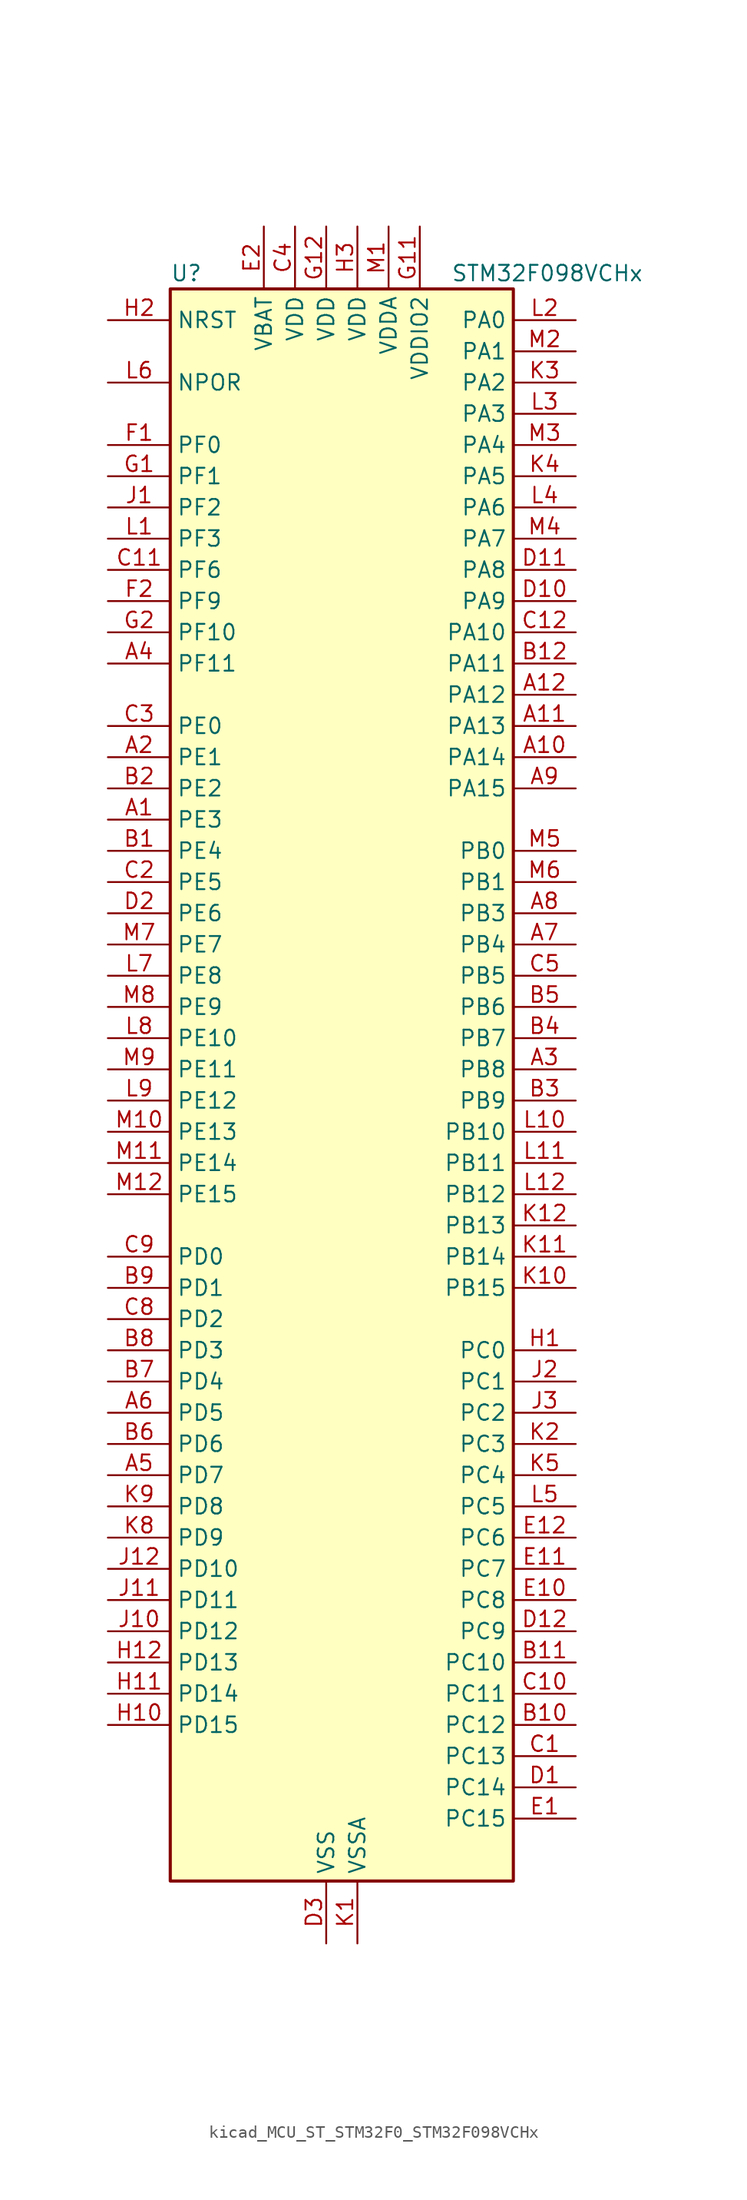
<source format=kicad_sym>
(kicad_symbol_lib
  (version 20220914)
  (generator kicad_symbol_editor)
  (symbol "kicad_MCU_ST_STM32F0_STM32F098VCHx"
    (property "Reference" "U"
      (at -12.7 67.31 0)
      (effects (font (size 1.27 1.27)) (justify left)))
    (property "Value" "STM32F098VCHx"
      (at 10.16 67.31 0)
      (effects (font (size 1.27 1.27)) (justify left)))
    (property "ki_locked" ""
      (at 0 0 0)
      (effects (font (size 1.27 1.27))))
    (symbol "kicad_MCU_ST_STM32F0_STM32F098VCHx_0_1"
      (rectangle (start -12.7 -63.5) (end 15.24 66.04) (stroke (width 0.254) (type default)) (fill (type background))))
    (symbol "kicad_MCU_ST_STM32F0_STM32F098VCHx_1_1"
      (pin bidirectional line (at -17.78 22.86 0) (length 5.08) (name "PE3" (effects (font (size 1.27 1.27)))) (number "A1" (effects (font (size 1.27 1.27)))) (alternate "TIM3_CH1" bidirectional line) (alternate "TSC_G7_IO2" bidirectional line))
      (pin bidirectional line (at 20.32 27.94 180) (length 5.08) (name "PA14" (effects (font (size 1.27 1.27)))) (number "A10" (effects (font (size 1.27 1.27)))) (alternate "SYS_SWCLK" bidirectional line) (alternate "USART2_TX" bidirectional line))
      (pin bidirectional line (at 20.32 30.48 180) (length 5.08) (name "PA13" (effects (font (size 1.27 1.27)))) (number "A11" (effects (font (size 1.27 1.27)))) (alternate "IR_OUT" bidirectional line) (alternate "SYS_SWDIO" bidirectional line))
      (pin bidirectional line (at 20.32 33.02 180) (length 5.08) (name "PA12" (effects (font (size 1.27 1.27)))) (number "A12" (effects (font (size 1.27 1.27)))) (alternate "CAN_TX" bidirectional line) (alternate "COMP2_OUT" bidirectional line) (alternate "I2C2_SDA" bidirectional line) (alternate "TIM1_ETR" bidirectional line) (alternate "TSC_G4_IO4" bidirectional line) (alternate "USART1_DE" bidirectional line) (alternate "USART1_RTS" bidirectional line))
      (pin bidirectional line (at -17.78 27.94 0) (length 5.08) (name "PE1" (effects (font (size 1.27 1.27)))) (number "A2" (effects (font (size 1.27 1.27)))) (alternate "TIM17_CH1" bidirectional line))
      (pin bidirectional line (at 20.32 2.54 180) (length 5.08) (name "PB8" (effects (font (size 1.27 1.27)))) (number "A3" (effects (font (size 1.27 1.27)))) (alternate "CAN_RX" bidirectional line) (alternate "CEC" bidirectional line) (alternate "I2C1_SCL" bidirectional line) (alternate "TIM16_CH1" bidirectional line) (alternate "TSC_SYNC" bidirectional line))
      (pin bidirectional line (at -17.78 35.56 0) (length 5.08) (name "PF11" (effects (font (size 1.27 1.27)))) (number "A4" (effects (font (size 1.27 1.27)))))
      (pin bidirectional line (at -17.78 -30.48 0) (length 5.08) (name "PD7" (effects (font (size 1.27 1.27)))) (number "A5" (effects (font (size 1.27 1.27)))) (alternate "USART2_CK" bidirectional line))
      (pin bidirectional line (at -17.78 -25.4 0) (length 5.08) (name "PD5" (effects (font (size 1.27 1.27)))) (number "A6" (effects (font (size 1.27 1.27)))) (alternate "USART2_TX" bidirectional line))
      (pin bidirectional line (at 20.32 12.7 180) (length 5.08) (name "PB4" (effects (font (size 1.27 1.27)))) (number "A7" (effects (font (size 1.27 1.27)))) (alternate "I2S1_MCK" bidirectional line) (alternate "SPI1_MISO" bidirectional line) (alternate "TIM17_BKIN" bidirectional line) (alternate "TIM3_CH1" bidirectional line) (alternate "TSC_G5_IO2" bidirectional line) (alternate "USART5_RX" bidirectional line))
      (pin bidirectional line (at 20.32 15.24 180) (length 5.08) (name "PB3" (effects (font (size 1.27 1.27)))) (number "A8" (effects (font (size 1.27 1.27)))) (alternate "I2S1_CK" bidirectional line) (alternate "SPI1_SCK" bidirectional line) (alternate "TIM2_CH2" bidirectional line) (alternate "TSC_G5_IO1" bidirectional line) (alternate "USART5_TX" bidirectional line))
      (pin bidirectional line (at 20.32 25.4 180) (length 5.08) (name "PA15" (effects (font (size 1.27 1.27)))) (number "A9" (effects (font (size 1.27 1.27)))) (alternate "I2S1_WS" bidirectional line) (alternate "SPI1_NSS" bidirectional line) (alternate "TIM2_CH1" bidirectional line) (alternate "TIM2_ETR" bidirectional line) (alternate "USART2_RX" bidirectional line) (alternate "USART4_DE" bidirectional line) (alternate "USART4_RTS" bidirectional line))
      (pin bidirectional line (at -17.78 20.32 0) (length 5.08) (name "PE4" (effects (font (size 1.27 1.27)))) (number "B1" (effects (font (size 1.27 1.27)))) (alternate "TIM3_CH2" bidirectional line) (alternate "TSC_G7_IO3" bidirectional line))
      (pin bidirectional line (at 20.32 -50.8 180) (length 5.08) (name "PC12" (effects (font (size 1.27 1.27)))) (number "B10" (effects (font (size 1.27 1.27)))) (alternate "USART3_CK" bidirectional line) (alternate "USART4_CK" bidirectional line) (alternate "USART5_TX" bidirectional line))
      (pin bidirectional line (at 20.32 -45.72 180) (length 5.08) (name "PC10" (effects (font (size 1.27 1.27)))) (number "B11" (effects (font (size 1.27 1.27)))) (alternate "USART3_TX" bidirectional line) (alternate "USART4_TX" bidirectional line))
      (pin bidirectional line (at 20.32 35.56 180) (length 5.08) (name "PA11" (effects (font (size 1.27 1.27)))) (number "B12" (effects (font (size 1.27 1.27)))) (alternate "CAN_RX" bidirectional line) (alternate "COMP1_OUT" bidirectional line) (alternate "I2C2_SCL" bidirectional line) (alternate "TIM1_CH4" bidirectional line) (alternate "TSC_G4_IO3" bidirectional line) (alternate "USART1_CTS" bidirectional line))
      (pin bidirectional line (at -17.78 25.4 0) (length 5.08) (name "PE2" (effects (font (size 1.27 1.27)))) (number "B2" (effects (font (size 1.27 1.27)))) (alternate "TIM3_ETR" bidirectional line) (alternate "TSC_G7_IO1" bidirectional line))
      (pin bidirectional line (at 20.32 0 180) (length 5.08) (name "PB9" (effects (font (size 1.27 1.27)))) (number "B3" (effects (font (size 1.27 1.27)))) (alternate "CAN_TX" bidirectional line) (alternate "DAC_EXTI9" bidirectional line) (alternate "I2C1_SDA" bidirectional line) (alternate "I2S2_WS" bidirectional line) (alternate "IR_OUT" bidirectional line) (alternate "SPI2_NSS" bidirectional line) (alternate "TIM17_CH1" bidirectional line))
      (pin bidirectional line (at 20.32 5.08 180) (length 5.08) (name "PB7" (effects (font (size 1.27 1.27)))) (number "B4" (effects (font (size 1.27 1.27)))) (alternate "I2C1_SDA" bidirectional line) (alternate "TIM17_CH1N" bidirectional line) (alternate "TSC_G5_IO4" bidirectional line) (alternate "USART1_RX" bidirectional line) (alternate "USART4_CTS" bidirectional line))
      (pin bidirectional line (at 20.32 7.62 180) (length 5.08) (name "PB6" (effects (font (size 1.27 1.27)))) (number "B5" (effects (font (size 1.27 1.27)))) (alternate "I2C1_SCL" bidirectional line) (alternate "TIM16_CH1N" bidirectional line) (alternate "TSC_G5_IO3" bidirectional line) (alternate "USART1_TX" bidirectional line))
      (pin bidirectional line (at -17.78 -27.94 0) (length 5.08) (name "PD6" (effects (font (size 1.27 1.27)))) (number "B6" (effects (font (size 1.27 1.27)))) (alternate "USART2_RX" bidirectional line))
      (pin bidirectional line (at -17.78 -22.86 0) (length 5.08) (name "PD4" (effects (font (size 1.27 1.27)))) (number "B7" (effects (font (size 1.27 1.27)))) (alternate "I2S2_SD" bidirectional line) (alternate "SPI2_MOSI" bidirectional line) (alternate "USART2_DE" bidirectional line) (alternate "USART2_RTS" bidirectional line))
      (pin bidirectional line (at -17.78 -20.32 0) (length 5.08) (name "PD3" (effects (font (size 1.27 1.27)))) (number "B8" (effects (font (size 1.27 1.27)))) (alternate "I2S2_MCK" bidirectional line) (alternate "SPI2_MISO" bidirectional line) (alternate "USART2_CTS" bidirectional line))
      (pin bidirectional line (at -17.78 -15.24 0) (length 5.08) (name "PD1" (effects (font (size 1.27 1.27)))) (number "B9" (effects (font (size 1.27 1.27)))) (alternate "CAN_TX" bidirectional line) (alternate "I2S2_CK" bidirectional line) (alternate "SPI2_SCK" bidirectional line))
      (pin bidirectional line (at 20.32 -53.34 180) (length 5.08) (name "PC13" (effects (font (size 1.27 1.27)))) (number "C1" (effects (font (size 1.27 1.27)))) (alternate "RTC_OUT_ALARM" bidirectional line) (alternate "RTC_OUT_CALIB" bidirectional line) (alternate "RTC_TAMP1" bidirectional line) (alternate "RTC_TS" bidirectional line) (alternate "SYS_WKUP2" bidirectional line))
      (pin bidirectional line (at 20.32 -48.26 180) (length 5.08) (name "PC11" (effects (font (size 1.27 1.27)))) (number "C10" (effects (font (size 1.27 1.27)))) (alternate "USART3_RX" bidirectional line) (alternate "USART4_RX" bidirectional line))
      (pin bidirectional line (at -17.78 43.18 0) (length 5.08) (name "PF6" (effects (font (size 1.27 1.27)))) (number "C11" (effects (font (size 1.27 1.27)))))
      (pin bidirectional line (at 20.32 38.1 180) (length 5.08) (name "PA10" (effects (font (size 1.27 1.27)))) (number "C12" (effects (font (size 1.27 1.27)))) (alternate "I2C1_SDA" bidirectional line) (alternate "TIM17_BKIN" bidirectional line) (alternate "TIM1_CH3" bidirectional line) (alternate "TSC_G4_IO2" bidirectional line) (alternate "USART1_RX" bidirectional line))
      (pin bidirectional line (at -17.78 17.78 0) (length 5.08) (name "PE5" (effects (font (size 1.27 1.27)))) (number "C2" (effects (font (size 1.27 1.27)))) (alternate "TIM3_CH3" bidirectional line) (alternate "TSC_G7_IO4" bidirectional line))
      (pin bidirectional line (at -17.78 30.48 0) (length 5.08) (name "PE0" (effects (font (size 1.27 1.27)))) (number "C3" (effects (font (size 1.27 1.27)))) (alternate "TIM16_CH1" bidirectional line))
      (pin power_in line (at -2.54 71.12 270) (length 5.08) (name "VDD" (effects (font (size 1.27 1.27)))) (number "C4" (effects (font (size 1.27 1.27)))))
      (pin bidirectional line (at 20.32 10.16 180) (length 5.08) (name "PB5" (effects (font (size 1.27 1.27)))) (number "C5" (effects (font (size 1.27 1.27)))) (alternate "I2C1_SMBA" bidirectional line) (alternate "I2S1_SD" bidirectional line) (alternate "SPI1_MOSI" bidirectional line) (alternate "SYS_WKUP6" bidirectional line) (alternate "TIM16_BKIN" bidirectional line) (alternate "TIM3_CH2" bidirectional line) (alternate "USART5_CK" bidirectional line) (alternate "USART5_DE" bidirectional line) (alternate "USART5_RTS" bidirectional line))
      (pin bidirectional line (at -17.78 -17.78 0) (length 5.08) (name "PD2" (effects (font (size 1.27 1.27)))) (number "C8" (effects (font (size 1.27 1.27)))) (alternate "TIM3_ETR" bidirectional line) (alternate "USART3_DE" bidirectional line) (alternate "USART3_RTS" bidirectional line) (alternate "USART5_RX" bidirectional line))
      (pin bidirectional line (at -17.78 -12.7 0) (length 5.08) (name "PD0" (effects (font (size 1.27 1.27)))) (number "C9" (effects (font (size 1.27 1.27)))) (alternate "CAN_RX" bidirectional line) (alternate "I2S2_WS" bidirectional line) (alternate "SPI2_NSS" bidirectional line))
      (pin bidirectional line (at 20.32 -55.88 180) (length 5.08) (name "PC14" (effects (font (size 1.27 1.27)))) (number "D1" (effects (font (size 1.27 1.27)))) (alternate "RCC_OSC32_IN" bidirectional line))
      (pin bidirectional line (at 20.32 40.64 180) (length 5.08) (name "PA9" (effects (font (size 1.27 1.27)))) (number "D10" (effects (font (size 1.27 1.27)))) (alternate "DAC_EXTI9" bidirectional line) (alternate "I2C1_SCL" bidirectional line) (alternate "RCC_MCO" bidirectional line) (alternate "TIM15_BKIN" bidirectional line) (alternate "TIM1_CH2" bidirectional line) (alternate "TSC_G4_IO1" bidirectional line) (alternate "USART1_TX" bidirectional line))
      (pin bidirectional line (at 20.32 43.18 180) (length 5.08) (name "PA8" (effects (font (size 1.27 1.27)))) (number "D11" (effects (font (size 1.27 1.27)))) (alternate "CRS_SYNC" bidirectional line) (alternate "RCC_MCO" bidirectional line) (alternate "TIM1_CH1" bidirectional line) (alternate "USART1_CK" bidirectional line))
      (pin bidirectional line (at 20.32 -43.18 180) (length 5.08) (name "PC9" (effects (font (size 1.27 1.27)))) (number "D12" (effects (font (size 1.27 1.27)))) (alternate "DAC_EXTI9" bidirectional line) (alternate "TIM3_CH4" bidirectional line) (alternate "USART8_RX" bidirectional line))
      (pin bidirectional line (at -17.78 15.24 0) (length 5.08) (name "PE6" (effects (font (size 1.27 1.27)))) (number "D2" (effects (font (size 1.27 1.27)))) (alternate "RTC_TAMP3" bidirectional line) (alternate "SYS_WKUP3" bidirectional line) (alternate "TIM3_CH4" bidirectional line))
      (pin power_in line (at 0 -68.58 90) (length 5.08) (name "VSS" (effects (font (size 1.27 1.27)))) (number "D3" (effects (font (size 1.27 1.27)))))
      (pin bidirectional line (at 20.32 -58.42 180) (length 5.08) (name "PC15" (effects (font (size 1.27 1.27)))) (number "E1" (effects (font (size 1.27 1.27)))) (alternate "RCC_OSC32_OUT" bidirectional line))
      (pin bidirectional line (at 20.32 -40.64 180) (length 5.08) (name "PC8" (effects (font (size 1.27 1.27)))) (number "E10" (effects (font (size 1.27 1.27)))) (alternate "TIM3_CH3" bidirectional line) (alternate "USART8_TX" bidirectional line))
      (pin bidirectional line (at 20.32 -38.1 180) (length 5.08) (name "PC7" (effects (font (size 1.27 1.27)))) (number "E11" (effects (font (size 1.27 1.27)))) (alternate "TIM3_CH2" bidirectional line) (alternate "USART7_RX" bidirectional line))
      (pin bidirectional line (at 20.32 -35.56 180) (length 5.08) (name "PC6" (effects (font (size 1.27 1.27)))) (number "E12" (effects (font (size 1.27 1.27)))) (alternate "TIM3_CH1" bidirectional line) (alternate "USART7_TX" bidirectional line))
      (pin power_in line (at -5.08 71.12 270) (length 5.08) (name "VBAT" (effects (font (size 1.27 1.27)))) (number "E2" (effects (font (size 1.27 1.27)))))
      (pin no_connect line (at -12.7 -63.5 0) (length 5.08) hide (name "NC" (effects (font (size 1.27 1.27)))) (number "E3" (effects (font (size 1.27 1.27)))))
      (pin bidirectional line (at -17.78 53.34 0) (length 5.08) (name "PF0" (effects (font (size 1.27 1.27)))) (number "F1" (effects (font (size 1.27 1.27)))) (alternate "CRS_SYNC" bidirectional line) (alternate "I2C1_SDA" bidirectional line) (alternate "RCC_OSC_IN" bidirectional line))
      (pin passive line (at 0 -68.58 90) (length 5.08) hide (name "VSS" (effects (font (size 1.27 1.27)))) (number "F11" (effects (font (size 1.27 1.27)))))
      (pin passive line (at 0 -68.58 90) (length 5.08) hide (name "VSS" (effects (font (size 1.27 1.27)))) (number "F12" (effects (font (size 1.27 1.27)))))
      (pin bidirectional line (at -17.78 40.64 0) (length 5.08) (name "PF9" (effects (font (size 1.27 1.27)))) (number "F2" (effects (font (size 1.27 1.27)))) (alternate "DAC_EXTI9" bidirectional line) (alternate "TIM15_CH1" bidirectional line) (alternate "USART6_TX" bidirectional line))
      (pin bidirectional line (at -17.78 50.8 0) (length 5.08) (name "PF1" (effects (font (size 1.27 1.27)))) (number "G1" (effects (font (size 1.27 1.27)))) (alternate "I2C1_SCL" bidirectional line) (alternate "RCC_OSC_OUT" bidirectional line))
      (pin power_in line (at 7.62 71.12 270) (length 5.08) (name "VDDIO2" (effects (font (size 1.27 1.27)))) (number "G11" (effects (font (size 1.27 1.27)))))
      (pin power_in line (at 0 71.12 270) (length 5.08) (name "VDD" (effects (font (size 1.27 1.27)))) (number "G12" (effects (font (size 1.27 1.27)))))
      (pin bidirectional line (at -17.78 38.1 0) (length 5.08) (name "PF10" (effects (font (size 1.27 1.27)))) (number "G2" (effects (font (size 1.27 1.27)))) (alternate "TIM15_CH2" bidirectional line) (alternate "USART6_RX" bidirectional line))
      (pin bidirectional line (at 20.32 -20.32 180) (length 5.08) (name "PC0" (effects (font (size 1.27 1.27)))) (number "H1" (effects (font (size 1.27 1.27)))) (alternate "ADC_IN10" bidirectional line) (alternate "USART6_TX" bidirectional line) (alternate "USART7_TX" bidirectional line))
      (pin bidirectional line (at -17.78 -50.8 0) (length 5.08) (name "PD15" (effects (font (size 1.27 1.27)))) (number "H10" (effects (font (size 1.27 1.27)))) (alternate "CRS_SYNC" bidirectional line) (alternate "TSC_G8_IO4" bidirectional line) (alternate "USART7_CK" bidirectional line) (alternate "USART7_DE" bidirectional line) (alternate "USART7_RTS" bidirectional line))
      (pin bidirectional line (at -17.78 -48.26 0) (length 5.08) (name "PD14" (effects (font (size 1.27 1.27)))) (number "H11" (effects (font (size 1.27 1.27)))) (alternate "TSC_G8_IO3" bidirectional line) (alternate "USART8_RX" bidirectional line))
      (pin bidirectional line (at -17.78 -45.72 0) (length 5.08) (name "PD13" (effects (font (size 1.27 1.27)))) (number "H12" (effects (font (size 1.27 1.27)))) (alternate "TSC_G8_IO2" bidirectional line) (alternate "USART8_TX" bidirectional line))
      (pin input line (at -17.78 63.5 0) (length 5.08) (name "NRST" (effects (font (size 1.27 1.27)))) (number "H2" (effects (font (size 1.27 1.27)))))
      (pin power_in line (at 2.54 71.12 270) (length 5.08) (name "VDD" (effects (font (size 1.27 1.27)))) (number "H3" (effects (font (size 1.27 1.27)))))
      (pin bidirectional line (at -17.78 48.26 0) (length 5.08) (name "PF2" (effects (font (size 1.27 1.27)))) (number "J1" (effects (font (size 1.27 1.27)))) (alternate "SYS_WKUP8" bidirectional line) (alternate "USART7_CK" bidirectional line) (alternate "USART7_DE" bidirectional line) (alternate "USART7_RTS" bidirectional line) (alternate "USART7_TX" bidirectional line))
      (pin bidirectional line (at -17.78 -43.18 0) (length 5.08) (name "PD12" (effects (font (size 1.27 1.27)))) (number "J10" (effects (font (size 1.27 1.27)))) (alternate "TSC_G8_IO1" bidirectional line) (alternate "USART3_DE" bidirectional line) (alternate "USART3_RTS" bidirectional line) (alternate "USART8_CK" bidirectional line) (alternate "USART8_DE" bidirectional line) (alternate "USART8_RTS" bidirectional line))
      (pin bidirectional line (at -17.78 -40.64 0) (length 5.08) (name "PD11" (effects (font (size 1.27 1.27)))) (number "J11" (effects (font (size 1.27 1.27)))) (alternate "USART3_CTS" bidirectional line))
      (pin bidirectional line (at -17.78 -38.1 0) (length 5.08) (name "PD10" (effects (font (size 1.27 1.27)))) (number "J12" (effects (font (size 1.27 1.27)))) (alternate "USART3_CK" bidirectional line))
      (pin bidirectional line (at 20.32 -22.86 180) (length 5.08) (name "PC1" (effects (font (size 1.27 1.27)))) (number "J2" (effects (font (size 1.27 1.27)))) (alternate "ADC_IN11" bidirectional line) (alternate "USART6_RX" bidirectional line) (alternate "USART7_RX" bidirectional line))
      (pin bidirectional line (at 20.32 -25.4 180) (length 5.08) (name "PC2" (effects (font (size 1.27 1.27)))) (number "J3" (effects (font (size 1.27 1.27)))) (alternate "ADC_IN12" bidirectional line) (alternate "I2S2_MCK" bidirectional line) (alternate "SPI2_MISO" bidirectional line) (alternate "USART8_TX" bidirectional line))
      (pin power_in line (at 2.54 -68.58 90) (length 5.08) (name "VSSA" (effects (font (size 1.27 1.27)))) (number "K1" (effects (font (size 1.27 1.27)))))
      (pin bidirectional line (at 20.32 -15.24 180) (length 5.08) (name "PB15" (effects (font (size 1.27 1.27)))) (number "K10" (effects (font (size 1.27 1.27)))) (alternate "I2S2_SD" bidirectional line) (alternate "RTC_REFIN" bidirectional line) (alternate "SPI2_MOSI" bidirectional line) (alternate "SYS_WKUP7" bidirectional line) (alternate "TIM15_CH1N" bidirectional line) (alternate "TIM15_CH2" bidirectional line) (alternate "TIM1_CH3N" bidirectional line))
      (pin bidirectional line (at 20.32 -12.7 180) (length 5.08) (name "PB14" (effects (font (size 1.27 1.27)))) (number "K11" (effects (font (size 1.27 1.27)))) (alternate "I2C2_SDA" bidirectional line) (alternate "I2S2_MCK" bidirectional line) (alternate "SPI2_MISO" bidirectional line) (alternate "TIM15_CH1" bidirectional line) (alternate "TIM1_CH2N" bidirectional line) (alternate "TSC_G6_IO4" bidirectional line) (alternate "USART3_DE" bidirectional line) (alternate "USART3_RTS" bidirectional line))
      (pin bidirectional line (at 20.32 -10.16 180) (length 5.08) (name "PB13" (effects (font (size 1.27 1.27)))) (number "K12" (effects (font (size 1.27 1.27)))) (alternate "I2C2_SCL" bidirectional line) (alternate "I2S2_CK" bidirectional line) (alternate "SPI2_SCK" bidirectional line) (alternate "TIM1_CH1N" bidirectional line) (alternate "TSC_G6_IO3" bidirectional line) (alternate "USART3_CTS" bidirectional line))
      (pin bidirectional line (at 20.32 -27.94 180) (length 5.08) (name "PC3" (effects (font (size 1.27 1.27)))) (number "K2" (effects (font (size 1.27 1.27)))) (alternate "ADC_IN13" bidirectional line) (alternate "I2S2_SD" bidirectional line) (alternate "SPI2_MOSI" bidirectional line) (alternate "USART8_RX" bidirectional line))
      (pin bidirectional line (at 20.32 58.42 180) (length 5.08) (name "PA2" (effects (font (size 1.27 1.27)))) (number "K3" (effects (font (size 1.27 1.27)))) (alternate "ADC_IN2" bidirectional line) (alternate "COMP2_INM" bidirectional line) (alternate "COMP2_OUT" bidirectional line) (alternate "SYS_WKUP4" bidirectional line) (alternate "TIM15_CH1" bidirectional line) (alternate "TIM2_CH3" bidirectional line) (alternate "TSC_G1_IO3" bidirectional line) (alternate "USART2_TX" bidirectional line))
      (pin bidirectional line (at 20.32 50.8 180) (length 5.08) (name "PA5" (effects (font (size 1.27 1.27)))) (number "K4" (effects (font (size 1.27 1.27)))) (alternate "ADC_IN5" bidirectional line) (alternate "CEC" bidirectional line) (alternate "COMP1_INM" bidirectional line) (alternate "COMP2_INM" bidirectional line) (alternate "DAC_OUT2" bidirectional line) (alternate "I2S1_CK" bidirectional line) (alternate "SPI1_SCK" bidirectional line) (alternate "TIM2_CH1" bidirectional line) (alternate "TIM2_ETR" bidirectional line) (alternate "TSC_G2_IO2" bidirectional line) (alternate "USART6_RX" bidirectional line))
      (pin bidirectional line (at 20.32 -30.48 180) (length 5.08) (name "PC4" (effects (font (size 1.27 1.27)))) (number "K5" (effects (font (size 1.27 1.27)))) (alternate "ADC_IN14" bidirectional line) (alternate "USART3_TX" bidirectional line))
      (pin bidirectional line (at -17.78 -35.56 0) (length 5.08) (name "PD9" (effects (font (size 1.27 1.27)))) (number "K8" (effects (font (size 1.27 1.27)))) (alternate "DAC_EXTI9" bidirectional line) (alternate "USART3_RX" bidirectional line))
      (pin bidirectional line (at -17.78 -33.02 0) (length 5.08) (name "PD8" (effects (font (size 1.27 1.27)))) (number "K9" (effects (font (size 1.27 1.27)))) (alternate "USART3_TX" bidirectional line))
      (pin bidirectional line (at -17.78 45.72 0) (length 5.08) (name "PF3" (effects (font (size 1.27 1.27)))) (number "L1" (effects (font (size 1.27 1.27)))) (alternate "USART6_CK" bidirectional line) (alternate "USART6_DE" bidirectional line) (alternate "USART6_RTS" bidirectional line) (alternate "USART7_RX" bidirectional line))
      (pin bidirectional line (at 20.32 -2.54 180) (length 5.08) (name "PB10" (effects (font (size 1.27 1.27)))) (number "L10" (effects (font (size 1.27 1.27)))) (alternate "CEC" bidirectional line) (alternate "I2C2_SCL" bidirectional line) (alternate "I2S2_CK" bidirectional line) (alternate "SPI2_SCK" bidirectional line) (alternate "TIM2_CH3" bidirectional line) (alternate "TSC_SYNC" bidirectional line) (alternate "USART3_TX" bidirectional line))
      (pin bidirectional line (at 20.32 -5.08 180) (length 5.08) (name "PB11" (effects (font (size 1.27 1.27)))) (number "L11" (effects (font (size 1.27 1.27)))) (alternate "I2C2_SDA" bidirectional line) (alternate "TIM2_CH4" bidirectional line) (alternate "TSC_G6_IO1" bidirectional line) (alternate "USART3_RX" bidirectional line))
      (pin bidirectional line (at 20.32 -7.62 180) (length 5.08) (name "PB12" (effects (font (size 1.27 1.27)))) (number "L12" (effects (font (size 1.27 1.27)))) (alternate "I2S2_WS" bidirectional line) (alternate "SPI2_NSS" bidirectional line) (alternate "TIM15_BKIN" bidirectional line) (alternate "TIM1_BKIN" bidirectional line) (alternate "TSC_G6_IO2" bidirectional line) (alternate "USART3_CK" bidirectional line))
      (pin bidirectional line (at 20.32 63.5 180) (length 5.08) (name "PA0" (effects (font (size 1.27 1.27)))) (number "L2" (effects (font (size 1.27 1.27)))) (alternate "ADC_IN0" bidirectional line) (alternate "COMP1_INM" bidirectional line) (alternate "COMP1_OUT" bidirectional line) (alternate "RTC_TAMP2" bidirectional line) (alternate "SYS_WKUP1" bidirectional line) (alternate "TIM2_CH1" bidirectional line) (alternate "TIM2_ETR" bidirectional line) (alternate "TSC_G1_IO1" bidirectional line) (alternate "USART2_CTS" bidirectional line) (alternate "USART4_TX" bidirectional line))
      (pin bidirectional line (at 20.32 55.88 180) (length 5.08) (name "PA3" (effects (font (size 1.27 1.27)))) (number "L3" (effects (font (size 1.27 1.27)))) (alternate "ADC_IN3" bidirectional line) (alternate "COMP2_INP" bidirectional line) (alternate "TIM15_CH2" bidirectional line) (alternate "TIM2_CH4" bidirectional line) (alternate "TSC_G1_IO4" bidirectional line) (alternate "USART2_RX" bidirectional line))
      (pin bidirectional line (at 20.32 48.26 180) (length 5.08) (name "PA6" (effects (font (size 1.27 1.27)))) (number "L4" (effects (font (size 1.27 1.27)))) (alternate "ADC_IN6" bidirectional line) (alternate "COMP1_OUT" bidirectional line) (alternate "I2S1_MCK" bidirectional line) (alternate "SPI1_MISO" bidirectional line) (alternate "TIM16_CH1" bidirectional line) (alternate "TIM1_BKIN" bidirectional line) (alternate "TIM3_CH1" bidirectional line) (alternate "TSC_G2_IO3" bidirectional line) (alternate "USART3_CTS" bidirectional line))
      (pin bidirectional line (at 20.32 -33.02 180) (length 5.08) (name "PC5" (effects (font (size 1.27 1.27)))) (number "L5" (effects (font (size 1.27 1.27)))) (alternate "ADC_IN15" bidirectional line) (alternate "SYS_WKUP5" bidirectional line) (alternate "TSC_G3_IO1" bidirectional line) (alternate "USART3_RX" bidirectional line))
      (pin input line (at -17.78 58.42 0) (length 5.08) (name "NPOR" (effects (font (size 1.27 1.27)))) (number "L6" (effects (font (size 1.27 1.27)))))
      (pin bidirectional line (at -17.78 10.16 0) (length 5.08) (name "PE8" (effects (font (size 1.27 1.27)))) (number "L7" (effects (font (size 1.27 1.27)))) (alternate "TIM1_CH1N" bidirectional line) (alternate "USART4_TX" bidirectional line))
      (pin bidirectional line (at -17.78 5.08 0) (length 5.08) (name "PE10" (effects (font (size 1.27 1.27)))) (number "L8" (effects (font (size 1.27 1.27)))) (alternate "TIM1_CH2N" bidirectional line) (alternate "USART5_TX" bidirectional line))
      (pin bidirectional line (at -17.78 0 0) (length 5.08) (name "PE12" (effects (font (size 1.27 1.27)))) (number "L9" (effects (font (size 1.27 1.27)))) (alternate "I2S1_WS" bidirectional line) (alternate "SPI1_NSS" bidirectional line) (alternate "TIM1_CH3N" bidirectional line))
      (pin power_in line (at 5.08 71.12 270) (length 5.08) (name "VDDA" (effects (font (size 1.27 1.27)))) (number "M1" (effects (font (size 1.27 1.27)))))
      (pin bidirectional line (at -17.78 -2.54 0) (length 5.08) (name "PE13" (effects (font (size 1.27 1.27)))) (number "M10" (effects (font (size 1.27 1.27)))) (alternate "I2S1_CK" bidirectional line) (alternate "SPI1_SCK" bidirectional line) (alternate "TIM1_CH3" bidirectional line))
      (pin bidirectional line (at -17.78 -5.08 0) (length 5.08) (name "PE14" (effects (font (size 1.27 1.27)))) (number "M11" (effects (font (size 1.27 1.27)))) (alternate "I2S1_MCK" bidirectional line) (alternate "SPI1_MISO" bidirectional line) (alternate "TIM1_CH4" bidirectional line))
      (pin bidirectional line (at -17.78 -7.62 0) (length 5.08) (name "PE15" (effects (font (size 1.27 1.27)))) (number "M12" (effects (font (size 1.27 1.27)))) (alternate "I2S1_SD" bidirectional line) (alternate "SPI1_MOSI" bidirectional line) (alternate "TIM1_BKIN" bidirectional line))
      (pin bidirectional line (at 20.32 60.96 180) (length 5.08) (name "PA1" (effects (font (size 1.27 1.27)))) (number "M2" (effects (font (size 1.27 1.27)))) (alternate "ADC_IN1" bidirectional line) (alternate "COMP1_INP" bidirectional line) (alternate "TIM15_CH1N" bidirectional line) (alternate "TIM2_CH2" bidirectional line) (alternate "TSC_G1_IO2" bidirectional line) (alternate "USART2_DE" bidirectional line) (alternate "USART2_RTS" bidirectional line) (alternate "USART4_RX" bidirectional line))
      (pin bidirectional line (at 20.32 53.34 180) (length 5.08) (name "PA4" (effects (font (size 1.27 1.27)))) (number "M3" (effects (font (size 1.27 1.27)))) (alternate "ADC_IN4" bidirectional line) (alternate "COMP1_INM" bidirectional line) (alternate "COMP2_INM" bidirectional line) (alternate "DAC_OUT1" bidirectional line) (alternate "I2S1_WS" bidirectional line) (alternate "SPI1_NSS" bidirectional line) (alternate "TIM14_CH1" bidirectional line) (alternate "TSC_G2_IO1" bidirectional line) (alternate "USART2_CK" bidirectional line) (alternate "USART6_TX" bidirectional line))
      (pin bidirectional line (at 20.32 45.72 180) (length 5.08) (name "PA7" (effects (font (size 1.27 1.27)))) (number "M4" (effects (font (size 1.27 1.27)))) (alternate "ADC_IN7" bidirectional line) (alternate "COMP2_OUT" bidirectional line) (alternate "I2S1_SD" bidirectional line) (alternate "SPI1_MOSI" bidirectional line) (alternate "TIM14_CH1" bidirectional line) (alternate "TIM17_CH1" bidirectional line) (alternate "TIM1_CH1N" bidirectional line) (alternate "TIM3_CH2" bidirectional line) (alternate "TSC_G2_IO4" bidirectional line))
      (pin bidirectional line (at 20.32 20.32 180) (length 5.08) (name "PB0" (effects (font (size 1.27 1.27)))) (number "M5" (effects (font (size 1.27 1.27)))) (alternate "ADC_IN8" bidirectional line) (alternate "TIM1_CH2N" bidirectional line) (alternate "TIM3_CH3" bidirectional line) (alternate "TSC_G3_IO2" bidirectional line) (alternate "USART3_CK" bidirectional line))
      (pin bidirectional line (at 20.32 17.78 180) (length 5.08) (name "PB1" (effects (font (size 1.27 1.27)))) (number "M6" (effects (font (size 1.27 1.27)))) (alternate "ADC_IN9" bidirectional line) (alternate "TIM14_CH1" bidirectional line) (alternate "TIM1_CH3N" bidirectional line) (alternate "TIM3_CH4" bidirectional line) (alternate "TSC_G3_IO3" bidirectional line) (alternate "USART3_DE" bidirectional line) (alternate "USART3_RTS" bidirectional line))
      (pin bidirectional line (at -17.78 12.7 0) (length 5.08) (name "PE7" (effects (font (size 1.27 1.27)))) (number "M7" (effects (font (size 1.27 1.27)))) (alternate "TIM1_ETR" bidirectional line) (alternate "USART5_CK" bidirectional line) (alternate "USART5_DE" bidirectional line) (alternate "USART5_RTS" bidirectional line))
      (pin bidirectional line (at -17.78 7.62 0) (length 5.08) (name "PE9" (effects (font (size 1.27 1.27)))) (number "M8" (effects (font (size 1.27 1.27)))) (alternate "DAC_EXTI9" bidirectional line) (alternate "TIM1_CH1" bidirectional line) (alternate "USART4_RX" bidirectional line))
      (pin bidirectional line (at -17.78 2.54 0) (length 5.08) (name "PE11" (effects (font (size 1.27 1.27)))) (number "M9" (effects (font (size 1.27 1.27)))) (alternate "TIM1_CH2" bidirectional line) (alternate "USART5_RX" bidirectional line)))))
</source>
